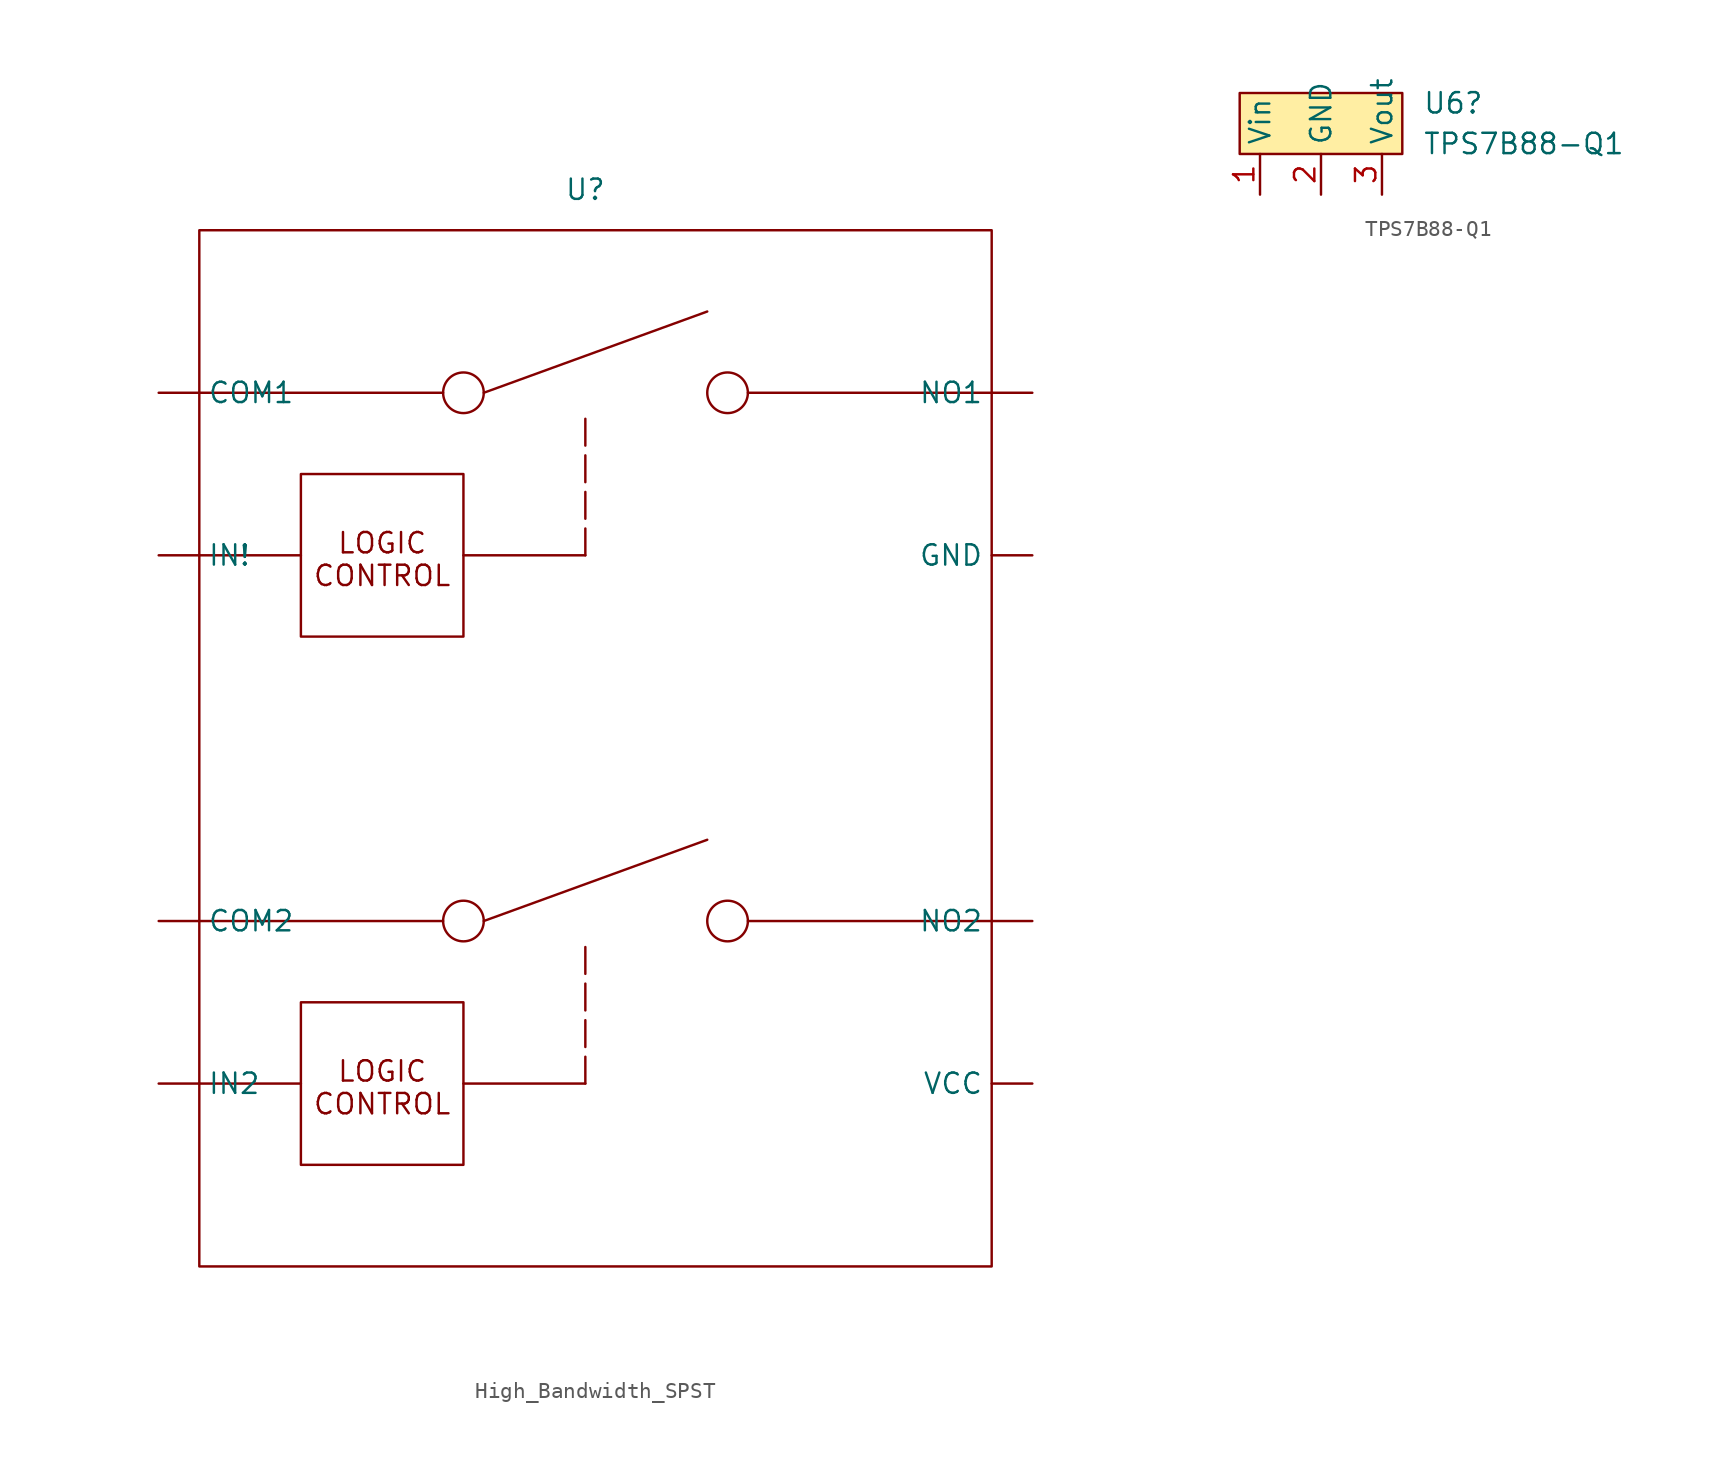
<source format=kicad_sym>
(kicad_symbol_lib
  (version 20231120)
  (generator "kicad_symbol_editor")
  (generator_version "8.0")
  (symbol "High_Bandwidth_SPST"
    (property "Reference" "U"
      (at 0 0 0)
      (effects (font (size 1.27 1.27))))
    (property "Value" ""
      (at 0 0 0)
      (effects (font (size 1.27 1.27))))
    (symbol "High_Bandwidth_SPST_0_1"
      (rectangle (start -24.13 -2.54) (end 25.4 -67.31) (stroke (width 0) (type default)) (fill (type none)))
      (rectangle (start -17.78 -50.8) (end -7.62 -60.96) (stroke (width 0) (type default)) (fill (type none)))
      (rectangle (start -17.78 -17.78) (end -7.62 -27.94) (stroke (width 0) (type default)) (fill (type none)))
      (circle (center -7.62 -45.72) (radius 1.27) (stroke (width 0) (type default)) (fill (type none)))
      (circle (center -7.62 -12.7) (radius 1.27) (stroke (width 0) (type default)) (fill (type none)))
      (polyline (pts (xy -24.13 -45.72) (xy -8.89 -45.72)) (stroke (width 0) (type default)) (fill (type none)))
      (polyline (pts (xy -24.13 -12.7) (xy -8.89 -12.7)) (stroke (width 0) (type default)) (fill (type none)))
      (polyline (pts (xy -6.35 -45.72) (xy 7.62 -40.64)) (stroke (width 0) (type default)) (fill (type none)))
      (polyline (pts (xy -6.35 -12.7) (xy 7.62 -7.62)) (stroke (width 0) (type default)) (fill (type none)))
      (polyline (pts (xy 25.4 -45.72) (xy 10.16 -45.72)) (stroke (width 0) (type default)) (fill (type none)))
      (polyline (pts (xy 25.4 -12.7) (xy 10.16 -12.7)) (stroke (width 0) (type default)) (fill (type none)))
      (circle (center 8.89 -45.72) (radius 1.27) (stroke (width 0) (type default)) (fill (type none)))
      (circle (center 8.89 -12.7) (radius 1.27) (stroke (width 0) (type default)) (fill (type none))))
    (symbol "High_Bandwidth_SPST_1_1"
      (polyline (pts (xy -24.13 -55.88) (xy -17.78 -55.88)) (stroke (width 0) (type default)) (fill (type none)))
      (polyline (pts (xy -24.13 -22.86) (xy -17.78 -22.86)) (stroke (width 0) (type default)) (fill (type none)))
      (polyline (pts (xy -7.62 -55.88) (xy 0 -55.88)) (stroke (width 0) (type default)) (fill (type none)))
      (polyline (pts (xy -7.62 -22.86) (xy 0 -22.86)) (stroke (width 0) (type default)) (fill (type none)))
      (polyline (pts (xy 0 -55.88) (xy 0 -46.99)) (stroke (width 0) (type dash)) (fill (type none)))
      (polyline (pts (xy 0 -22.86) (xy 0 -13.97)) (stroke (width 0) (type dash)) (fill (type none)))
      (text "LOGIC\nCONTROL" (at -12.7 -56.134 0) (effects (font (size 1.27 1.27))))
      (text "LOGIC\nCONTROL" (at -12.7 -23.114 0) (effects (font (size 1.27 1.27))))
      (pin input line (at -26.67 -12.7 0) (length 2.54) (name "COM1" (effects (font (size 1.27 1.27)))) (number "" (effects (font (size 1.27 1.27)))))
      (pin input line (at -26.67 -45.72 0) (length 2.54) (name "COM2" (effects (font (size 1.27 1.27)))) (number "" (effects (font (size 1.27 1.27)))))
      (pin input line (at 27.94 -22.86 180) (length 2.54) (name "GND" (effects (font (size 1.27 1.27)))) (number "" (effects (font (size 1.27 1.27)))))
      (pin input line (at -26.67 -22.86 0) (length 2.54) (name "IN!" (effects (font (size 1.27 1.27)))) (number "" (effects (font (size 1.27 1.27)))))
      (pin input line (at -26.67 -55.88 0) (length 2.54) (name "IN2" (effects (font (size 1.27 1.27)))) (number "" (effects (font (size 1.27 1.27)))))
      (pin input line (at 27.94 -12.7 180) (length 2.54) (name "NO1" (effects (font (size 1.27 1.27)))) (number "" (effects (font (size 1.27 1.27)))))
      (pin input line (at 27.94 -45.72 180) (length 2.54) (name "NO2" (effects (font (size 1.27 1.27)))) (number "" (effects (font (size 1.27 1.27)))))
      (pin input line (at 27.94 -55.88 180) (length 2.54) (name "VCC" (effects (font (size 1.27 1.27)))) (number "" (effects (font (size 1.27 1.27)))))))
  (symbol "TPS7B88-Q1"
    (property "Reference" "U6"
      (at 6.35 -1.905 0)
      (effects (font (size 1.27 1.27)) (justify left)))
    (property "Value" "TPS7B88-Q1"
      (at 6.35 -4.445 0)
      (effects (font (size 1.27 1.27)) (justify left)))
    (symbol "TPS7B88-Q1_0_1"
      (rectangle (start -5.08 -1.27) (end 5.08 -5.08) (stroke (width 0) (type default)) (fill (type color) (color 255 238 163 1))))
    (symbol "TPS7B88-Q1_1_1"
      (pin input line (at -3.81 -7.62 90) (length 2.54) (name "Vin" (effects (font (size 1.27 1.27)))) (number "1" (effects (font (size 1.27 1.27)))))
      (pin input line (at 0 -7.62 90) (length 2.54) (name "GND" (effects (font (size 1.27 1.27)))) (number "2" (effects (font (size 1.27 1.27)))))
      (pin input line (at 3.81 -7.62 90) (length 2.54) (name "Vout" (effects (font (size 1.27 1.27)))) (number "3" (effects (font (size 1.27 1.27))))))))
</source>
